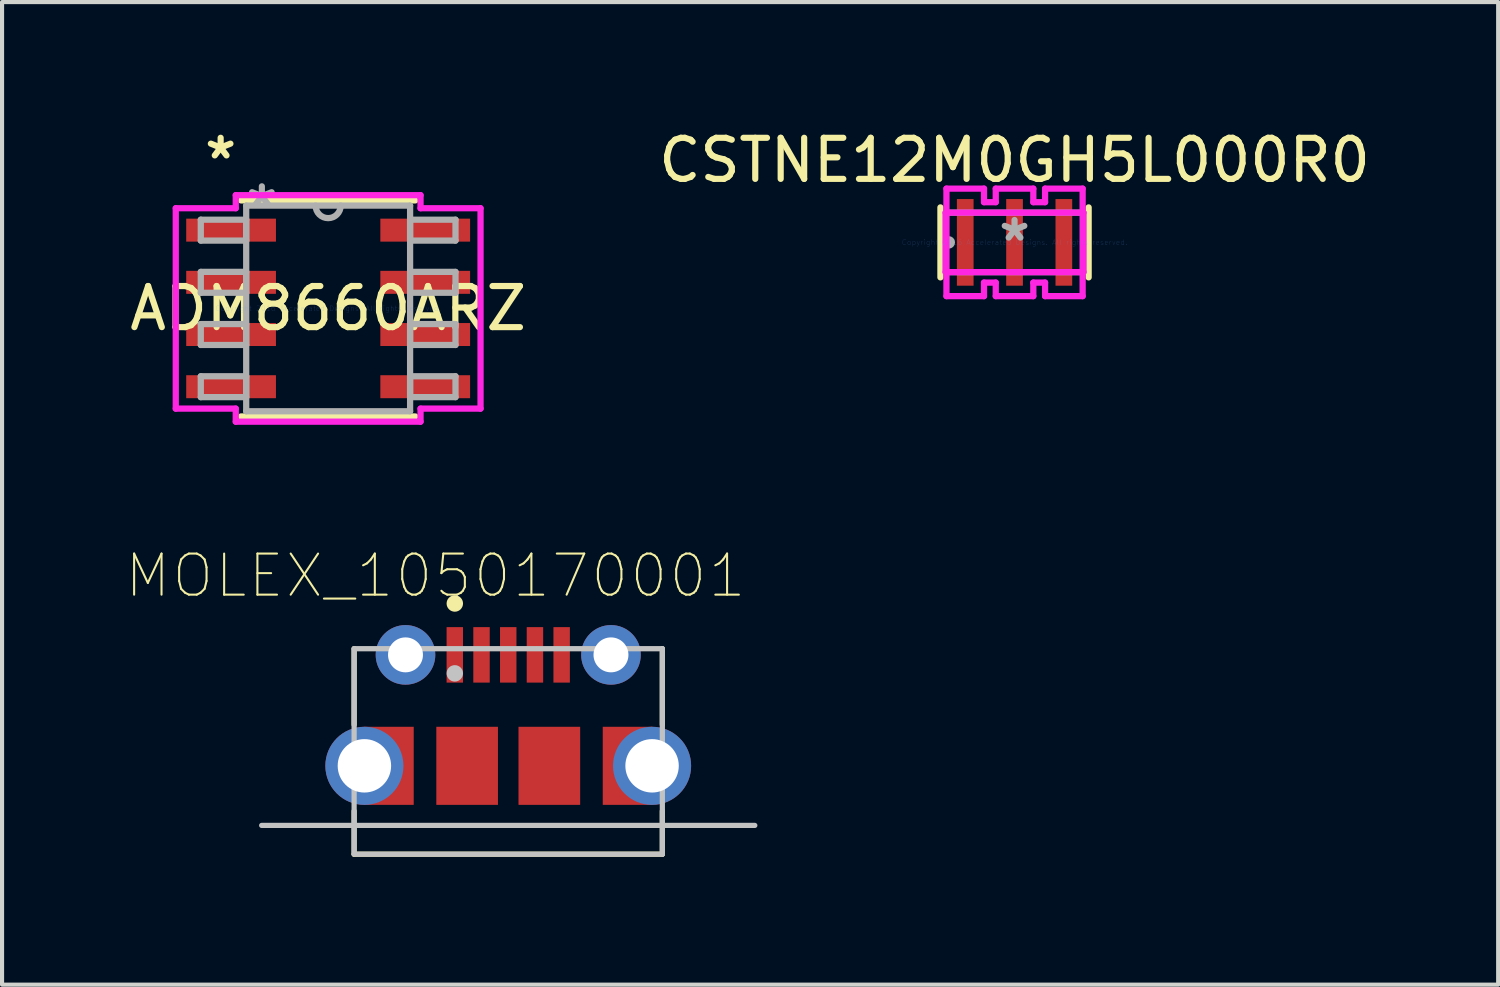
<source format=kicad_pcb>
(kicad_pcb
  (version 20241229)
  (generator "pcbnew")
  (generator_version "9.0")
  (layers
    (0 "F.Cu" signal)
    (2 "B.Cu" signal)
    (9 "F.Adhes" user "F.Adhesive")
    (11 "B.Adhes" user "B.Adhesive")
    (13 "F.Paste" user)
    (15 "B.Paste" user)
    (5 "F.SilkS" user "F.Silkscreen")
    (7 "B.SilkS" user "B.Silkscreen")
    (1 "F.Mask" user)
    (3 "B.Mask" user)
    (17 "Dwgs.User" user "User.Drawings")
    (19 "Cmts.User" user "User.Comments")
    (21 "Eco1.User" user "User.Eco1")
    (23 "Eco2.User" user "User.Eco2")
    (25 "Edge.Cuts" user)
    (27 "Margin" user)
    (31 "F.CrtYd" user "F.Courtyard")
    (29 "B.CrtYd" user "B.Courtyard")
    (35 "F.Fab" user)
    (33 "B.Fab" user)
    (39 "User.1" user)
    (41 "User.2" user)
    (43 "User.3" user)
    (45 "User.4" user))
  (footprint "ADM8660ARZ"
    (layer "F.Cu")
    (at 4.935 4.455)
    (property "Reference" "ADM8660ARZ" (at 0 0 0) (layer "F.SilkS") (effects (font (size 1 1) (thickness 0.15))))
    (attr through_hole)
    (fp_line (start -2.121 2.629) (end 2.121 2.629) (stroke (width 0.152) (type solid)) (layer "F.SilkS"))
    (fp_line (start 2.121 -2.629) (end -2.121 -2.629) (stroke (width 0.152) (type solid)) (layer "F.SilkS"))
    (fp_line (start -3.708 -2.438) (end -2.248 -2.438) (stroke (width 0.152) (type solid)) (layer "F.CrtYd"))
    (fp_line (start -3.708 2.438) (end -3.708 -2.438) (stroke (width 0.152) (type solid)) (layer "F.CrtYd"))
    (fp_line (start -2.248 -2.756) (end 2.248 -2.756) (stroke (width 0.152) (type solid)) (layer "F.CrtYd"))
    (fp_line (start -2.248 -2.438) (end -2.248 -2.756) (stroke (width 0.152) (type solid)) (layer "F.CrtYd"))
    (fp_line (start -2.248 2.438) (end -3.708 2.438) (stroke (width 0.152) (type solid)) (layer "F.CrtYd"))
    (fp_line (start -2.248 2.756) (end -2.248 2.438) (stroke (width 0.152) (type solid)) (layer "F.CrtYd"))
    (fp_line (start 2.248 -2.756) (end 2.248 -2.438) (stroke (width 0.152) (type solid)) (layer "F.CrtYd"))
    (fp_line (start 2.248 -2.438) (end 3.708 -2.438) (stroke (width 0.152) (type solid)) (layer "F.CrtYd"))
    (fp_line (start 2.248 2.438) (end 2.248 2.756) (stroke (width 0.152) (type solid)) (layer "F.CrtYd"))
    (fp_line (start 2.248 2.756) (end -2.248 2.756) (stroke (width 0.152) (type solid)) (layer "F.CrtYd"))
    (fp_line (start 3.708 -2.438) (end 3.708 2.438) (stroke (width 0.152) (type solid)) (layer "F.CrtYd"))
    (fp_line (start 3.708 2.438) (end 2.248 2.438) (stroke (width 0.152) (type solid)) (layer "F.CrtYd"))
    (fp_line (start -3.099 -2.159) (end -3.099 -1.651) (stroke (width 0.152) (type solid)) (layer "F.Fab"))
    (fp_line (start -3.099 -1.651) (end -1.994 -1.651) (stroke (width 0.152) (type solid)) (layer "F.Fab"))
    (fp_line (start -3.099 -0.889) (end -3.099 -0.381) (stroke (width 0.152) (type solid)) (layer "F.Fab"))
    (fp_line (start -3.099 -0.381) (end -1.994 -0.381) (stroke (width 0.152) (type solid)) (layer "F.Fab"))
    (fp_line (start -3.099 0.381) (end -3.099 0.889) (stroke (width 0.152) (type solid)) (layer "F.Fab"))
    (fp_line (start -3.099 0.889) (end -1.994 0.889) (stroke (width 0.152) (type solid)) (layer "F.Fab"))
    (fp_line (start -3.099 1.651) (end -3.099 2.159) (stroke (width 0.152) (type solid)) (layer "F.Fab"))
    (fp_line (start -3.099 2.159) (end -1.994 2.159) (stroke (width 0.152) (type solid)) (layer "F.Fab"))
    (fp_line (start -1.994 -2.502) (end -1.994 2.502) (stroke (width 0.152) (type solid)) (layer "F.Fab"))
    (fp_line (start -1.994 -2.159) (end -3.099 -2.159) (stroke (width 0.152) (type solid)) (layer "F.Fab"))
    (fp_line (start -1.994 -1.651) (end -1.994 -2.159) (stroke (width 0.152) (type solid)) (layer "F.Fab"))
    (fp_line (start -1.994 -0.889) (end -3.099 -0.889) (stroke (width 0.152) (type solid)) (layer "F.Fab"))
    (fp_line (start -1.994 -0.381) (end -1.994 -0.889) (stroke (width 0.152) (type solid)) (layer "F.Fab"))
    (fp_line (start -1.994 0.381) (end -3.099 0.381) (stroke (width 0.152) (type solid)) (layer "F.Fab"))
    (fp_line (start -1.994 0.889) (end -1.994 0.381) (stroke (width 0.152) (type solid)) (layer "F.Fab"))
    (fp_line (start -1.994 1.651) (end -3.099 1.651) (stroke (width 0.152) (type solid)) (layer "F.Fab"))
    (fp_line (start -1.994 2.159) (end -1.994 1.651) (stroke (width 0.152) (type solid)) (layer "F.Fab"))
    (fp_line (start -1.994 2.502) (end 1.994 2.502) (stroke (width 0.152) (type solid)) (layer "F.Fab"))
    (fp_line (start 1.994 -2.502) (end -1.994 -2.502) (stroke (width 0.152) (type solid)) (layer "F.Fab"))
    (fp_line (start 1.994 -2.159) (end 1.994 -1.651) (stroke (width 0.152) (type solid)) (layer "F.Fab"))
    (fp_line (start 1.994 -1.651) (end 3.099 -1.651) (stroke (width 0.152) (type solid)) (layer "F.Fab"))
    (fp_line (start 1.994 -0.889) (end 1.994 -0.381) (stroke (width 0.152) (type solid)) (layer "F.Fab"))
    (fp_line (start 1.994 -0.381) (end 3.099 -0.381) (stroke (width 0.152) (type solid)) (layer "F.Fab"))
    (fp_line (start 1.994 0.381) (end 1.994 0.889) (stroke (width 0.152) (type solid)) (layer "F.Fab"))
    (fp_line (start 1.994 0.889) (end 3.099 0.889) (stroke (width 0.152) (type solid)) (layer "F.Fab"))
    (fp_line (start 1.994 1.651) (end 1.994 2.159) (stroke (width 0.152) (type solid)) (layer "F.Fab"))
    (fp_line (start 1.994 2.159) (end 3.099 2.159) (stroke (width 0.152) (type solid)) (layer "F.Fab"))
    (fp_line (start 1.994 2.502) (end 1.994 -2.502) (stroke (width 0.152) (type solid)) (layer "F.Fab"))
    (fp_line (start 3.099 -2.159) (end 1.994 -2.159) (stroke (width 0.152) (type solid)) (layer "F.Fab"))
    (fp_line (start 3.099 -1.651) (end 3.099 -2.159) (stroke (width 0.152) (type solid)) (layer "F.Fab"))
    (fp_line (start 3.099 -0.889) (end 1.994 -0.889) (stroke (width 0.152) (type solid)) (layer "F.Fab"))
    (fp_line (start 3.099 -0.381) (end 3.099 -0.889) (stroke (width 0.152) (type solid)) (layer "F.Fab"))
    (fp_line (start 3.099 0.381) (end 1.994 0.381) (stroke (width 0.152) (type solid)) (layer "F.Fab"))
    (fp_line (start 3.099 0.889) (end 3.099 0.381) (stroke (width 0.152) (type solid)) (layer "F.Fab"))
    (fp_line (start 3.099 1.651) (end 1.994 1.651) (stroke (width 0.152) (type solid)) (layer "F.Fab"))
    (fp_line (start 3.099 2.159) (end 3.099 1.651) (stroke (width 0.152) (type solid)) (layer "F.Fab"))
    (fp_arc (start 0.3048 -2.5019) (mid 0 -2.1971) (end -0.3048 -2.5019) (stroke (width 0.1524) (type solid)) (layer "F.Fab"))
    (fp_text user "*" (at -2.616 -3.607 0) (layer "F.SilkS") (effects (font (size 1 1) (thickness 0.15))))
    (fp_text user "Copyright 2016 Accelerated Designs. All rights reserved." (at 0 0 0) (layer "Cmts.User") (effects (font (size 0.127 0.127) (thickness 0.002))))
    (fp_text user "*" (at -1.613 -2.426 0) (layer "F.Fab") (effects (font (size 1 1) (thickness 0.15))))
    (pad "1" smd rect (at -2.362 -1.905) (size 2.184 0.559) (layers "F.Cu" "F.Mask" "F.Paste"))
    (pad "2" smd rect (at -2.362 -0.635) (size 2.184 0.559) (layers "F.Cu" "F.Mask" "F.Paste"))
    (pad "3" smd rect (at -2.362 0.635) (size 2.184 0.559) (layers "F.Cu" "F.Mask" "F.Paste"))
    (pad "4" smd rect (at -2.362 1.905) (size 2.184 0.559) (layers "F.Cu" "F.Mask" "F.Paste"))
    (pad "5" smd rect (at 2.362 1.905) (size 2.184 0.559) (layers "F.Cu" "F.Mask" "F.Paste"))
    (pad "6" smd rect (at 2.362 0.635) (size 2.184 0.559) (layers "F.Cu" "F.Mask" "F.Paste"))
    (pad "7" smd rect (at 2.362 -0.635) (size 2.184 0.559) (layers "F.Cu" "F.Mask" "F.Paste"))
    (pad "8" smd rect (at 2.362 -1.905) (size 2.184 0.559) (layers "F.Cu" "F.Mask" "F.Paste")))
  (footprint "MOLEX_1050170001"
    (layer "F.Cu")
    (at 9.317 15.235)
    (property "Reference" "MOLEX_1050170001" (at -1.77 -4.275 0) (layer "F.SilkS") (effects (font (size 1 1) (thickness 0.05))))
    (attr smd)
    (fp_line (start -3.75 -0.65) (end -3.75 -2.5) (stroke (width 0.127) (type solid)) (layer "F.SilkS"))
    (fp_line (start -3.75 2.5) (end -3.75 1.45) (stroke (width 0.127) (type solid)) (layer "F.SilkS"))
    (fp_line (start 3.75 -2.5) (end 3.75 -0.65) (stroke (width 0.127) (type solid)) (layer "F.SilkS"))
    (fp_line (start 3.75 1.45) (end 3.75 2.5) (stroke (width 0.127) (type solid)) (layer "F.SilkS"))
    (fp_line (start 3.75 2.5) (end -3.75 2.5) (stroke (width 0.127) (type solid)) (layer "F.SilkS"))
    (fp_circle (center -1.3 -3.6) (end -1.2 -3.6) (stroke (width 0.2) (type solid)) (fill no) (layer "F.SilkS"))
    (fp_line (start -3.75 -2.5) (end 3.75 -2.5) (stroke (width 0.127) (type solid)) (layer "Dwgs.User"))
    (fp_line (start -3.75 1.8) (end -6 1.8) (stroke (width 0.127) (type solid)) (layer "Dwgs.User"))
    (fp_line (start -3.75 1.8) (end -3.75 -2.5) (stroke (width 0.127) (type solid)) (layer "Dwgs.User"))
    (fp_line (start -3.75 2.45) (end -3.75 1.8) (stroke (width 0.127) (type solid)) (layer "Dwgs.User"))
    (fp_line (start 3.75 -2.5) (end 3.75 1.8) (stroke (width 0.127) (type solid)) (layer "Dwgs.User"))
    (fp_line (start 3.75 1.8) (end -3.75 1.8) (stroke (width 0.127) (type solid)) (layer "Dwgs.User"))
    (fp_line (start 3.75 1.8) (end 6 1.8) (stroke (width 0.127) (type solid)) (layer "Dwgs.User"))
    (fp_line (start 3.75 2.5) (end -3.75 2.5) (stroke (width 0.127) (type solid)) (layer "Dwgs.User"))
    (fp_line (start 3.75 2.5) (end 3.75 1.8) (stroke (width 0.127) (type solid)) (layer "Dwgs.User"))
    (fp_circle (center -1.3 -1.9) (end -1.2 -1.9) (stroke (width 0.2) (type solid)) (fill no) (layer "Dwgs.User"))
    (fp_line (start -4.25 -3.35) (end -4.25 2.65) (stroke (width 0.05) (type solid)) (layer "Eco1.User"))
    (fp_line (start -4.25 2.65) (end 4.25 2.65) (stroke (width 0.05) (type solid)) (layer "Eco1.User"))
    (fp_line (start 4.25 -3.35) (end -4.25 -3.35) (stroke (width 0.05) (type solid)) (layer "Eco1.User"))
    (fp_line (start 4.25 2.65) (end 4.25 -3.35) (stroke (width 0.05) (type solid)) (layer "Eco1.User"))
    (fp_line (start -3.8 0.7) (end -3.8 0) (stroke (width 0.0001) (type solid)) (layer "Edge.Cuts"))
    (fp_line (start -3.2 0) (end -3.2 0.7) (stroke (width 0.0001) (type solid)) (layer "Edge.Cuts"))
    (fp_line (start 3.2 0.7) (end 3.2 0) (stroke (width 0.0001) (type solid)) (layer "Edge.Cuts"))
    (fp_line (start 3.8 0) (end 3.8 0.7) (stroke (width 0.0001) (type solid)) (layer "Edge.Cuts"))
    (fp_arc (start -3.8 0) (mid -3.712132 -0.212132) (end -3.5 -0.3) (stroke (width 0.0001) (type solid)) (layer "Edge.Cuts"))
    (fp_arc (start -3.5 -0.3) (mid -3.287868 -0.212132) (end -3.2 0) (stroke (width 0.0001) (type solid)) (layer "Edge.Cuts"))
    (fp_arc (start -3.5 1) (mid -3.712132 0.912132) (end -3.8 0.7) (stroke (width 0.0001) (type solid)) (layer "Edge.Cuts"))
    (fp_arc (start -3.2 0.7) (mid -3.287868 0.912132) (end -3.5 1) (stroke (width 0.0001) (type solid)) (layer "Edge.Cuts"))
    (fp_arc (start 3.2 0) (mid 3.287868 -0.212132) (end 3.5 -0.3) (stroke (width 0.0001) (type solid)) (layer "Edge.Cuts"))
    (fp_arc (start 3.5 -0.3) (mid 3.712132 -0.212132) (end 3.8 0) (stroke (width 0.0001) (type solid)) (layer "Edge.Cuts"))
    (fp_arc (start 3.5 1) (mid 3.287868 0.912132) (end 3.2 0.7) (stroke (width 0.0001) (type solid)) (layer "Edge.Cuts"))
    (fp_arc (start 3.8 0.7) (mid 3.712132 0.912132) (end 3.5 1) (stroke (width 0.0001) (type solid)) (layer "Edge.Cuts"))
    (fp_text user "PCB~{EDGE}" (at 4.808 1.803 0) (layer "Edge.Cuts") (effects (font (size 1 1) (thickness 0.05))))
    (pad "1" smd rect (at -1.3 -2.35 90) (size 1.35 0.4) (layers "F.Cu" "F.Mask" "F.Paste"))
    (pad "2" smd rect (at -0.65 -2.35 90) (size 1.35 0.4) (layers "F.Cu" "F.Mask" "F.Paste"))
    (pad "3" smd rect (at 0 -2.35 90) (size 1.35 0.4) (layers "F.Cu" "F.Mask" "F.Paste"))
    (pad "4" smd rect (at 0.65 -2.35 90) (size 1.35 0.4) (layers "F.Cu" "F.Mask" "F.Paste"))
    (pad "5" smd rect (at 1.3 -2.35 90) (size 1.35 0.4) (layers "F.Cu" "F.Mask" "F.Paste"))
    (pad "SH1" thru_hole circle (at -2.5 -2.35) (size 1.45 1.45) (drill 0.85) (layers "*.Cu" "*.Mask"))
    (pad "SH2" thru_hole circle (at 2.5 -2.35) (size 1.45 1.45) (drill 0.85) (layers "*.Cu" "*.Mask"))
    (pad "SH3" thru_hole oval (at -3.5 0.35 90) (size 1.9 1.9) (drill 1.3) (layers "*.Cu" "*.Mask"))
    (pad "SH4" smd rect (at -2.9 0.35 90) (size 1.9 1.2) (layers "F.Cu" "F.Mask" "F.Paste"))
    (pad "SH5" smd rect (at -1 0.35 90) (size 1.9 1.5) (layers "F.Cu" "F.Mask" "F.Paste"))
    (pad "SH6" smd rect (at 1 0.35 90) (size 1.9 1.5) (layers "F.Cu" "F.Mask" "F.Paste"))
    (pad "SH7" smd rect (at 2.9 0.35 90) (size 1.9 1.2) (layers "F.Cu" "F.Mask" "F.Paste"))
    (pad "SH8" thru_hole oval (at 3.5 0.35 90) (size 1.9 1.9) (drill 1.3) (layers "*.Cu" "*.Mask")))
  (footprint "CSTNE12M0GH5L000R0"
    (layer "F.Cu")
    (at 21.637 2.848)
    (property "Reference" "CSTNE12M0GH5L000R0" (at 0 -2 0) (layer "F.SilkS") (effects (font (size 1 1) (thickness 0.15))))
    (attr through_hole)
    (fp_line (start -1.803 -0.851) (end -1.803 0.851) (stroke (width 0.152) (type solid)) (layer "F.SilkS"))
    (fp_line (start 1.803 0.851) (end 1.803 -0.851) (stroke (width 0.152) (type solid)) (layer "F.SilkS"))
    (fp_line (start -1.676 -0.724) (end 1.676 -0.724) (stroke (width 0.152) (type solid)) (layer "F.CrtYd"))
    (fp_line (start -1.676 0.724) (end -1.676 -0.724) (stroke (width 0.152) (type solid)) (layer "F.CrtYd"))
    (fp_line (start -1.657 -1.308) (end -0.743 -1.308) (stroke (width 0.152) (type solid)) (layer "F.CrtYd"))
    (fp_line (start -1.657 1.308) (end -1.657 -1.308) (stroke (width 0.152) (type solid)) (layer "F.CrtYd"))
    (fp_line (start -0.743 -1.308) (end -0.743 -0.978) (stroke (width 0.152) (type solid)) (layer "F.CrtYd"))
    (fp_line (start -0.743 -0.978) (end -0.457 -0.978) (stroke (width 0.152) (type solid)) (layer "F.CrtYd"))
    (fp_line (start -0.743 0.978) (end -0.743 1.308) (stroke (width 0.152) (type solid)) (layer "F.CrtYd"))
    (fp_line (start -0.743 1.308) (end -1.657 1.308) (stroke (width 0.152) (type solid)) (layer "F.CrtYd"))
    (fp_line (start -0.457 -1.308) (end 0.457 -1.308) (stroke (width 0.152) (type solid)) (layer "F.CrtYd"))
    (fp_line (start -0.457 -0.978) (end -0.457 -1.308) (stroke (width 0.152) (type solid)) (layer "F.CrtYd"))
    (fp_line (start -0.457 0.978) (end -0.743 0.978) (stroke (width 0.152) (type solid)) (layer "F.CrtYd"))
    (fp_line (start -0.457 1.308) (end -0.457 0.978) (stroke (width 0.152) (type solid)) (layer "F.CrtYd"))
    (fp_line (start 0.457 -1.308) (end 0.457 -0.978) (stroke (width 0.152) (type solid)) (layer "F.CrtYd"))
    (fp_line (start 0.457 -0.978) (end 0.743 -0.978) (stroke (width 0.152) (type solid)) (layer "F.CrtYd"))
    (fp_line (start 0.457 0.978) (end 0.457 1.308) (stroke (width 0.152) (type solid)) (layer "F.CrtYd"))
    (fp_line (start 0.457 1.308) (end -0.457 1.308) (stroke (width 0.152) (type solid)) (layer "F.CrtYd"))
    (fp_line (start 0.743 -1.308) (end 1.657 -1.308) (stroke (width 0.152) (type solid)) (layer "F.CrtYd"))
    (fp_line (start 0.743 -0.978) (end 0.743 -1.308) (stroke (width 0.152) (type solid)) (layer "F.CrtYd"))
    (fp_line (start 0.743 0.978) (end 0.457 0.978) (stroke (width 0.152) (type solid)) (layer "F.CrtYd"))
    (fp_line (start 0.743 1.308) (end 0.743 0.978) (stroke (width 0.152) (type solid)) (layer "F.CrtYd"))
    (fp_line (start 1.657 -1.308) (end 1.657 1.308) (stroke (width 0.152) (type solid)) (layer "F.CrtYd"))
    (fp_line (start 1.657 1.308) (end 0.743 1.308) (stroke (width 0.152) (type solid)) (layer "F.CrtYd"))
    (fp_line (start 1.676 -0.724) (end 1.676 0.724) (stroke (width 0.152) (type solid)) (layer "F.CrtYd"))
    (fp_line (start 1.676 0.724) (end -1.676 0.724) (stroke (width 0.152) (type solid)) (layer "F.CrtYd"))
    (fp_line (start -1.676 -0.724) (end -1.676 0.724) (stroke (width 0.152) (type solid)) (layer "F.Fab"))
    (fp_line (start -1.676 0.724) (end 1.676 0.724) (stroke (width 0.152) (type solid)) (layer "F.Fab"))
    (fp_line (start 1.676 -0.724) (end -1.676 -0.724) (stroke (width 0.152) (type solid)) (layer "F.Fab"))
    (fp_line (start 1.676 0.724) (end 1.676 -0.724) (stroke (width 0.152) (type solid)) (layer "F.Fab"))
    (fp_circle (center -1.6 0) (end -1.524 0) (stroke (width 0.152) (type solid)) (fill no) (layer "F.Fab"))
    (fp_text user "Copyright 2016 Accelerated Designs. All rights reserved." (at 0 0 0) (layer "Cmts.User") (effects (font (size 0.127 0.127) (thickness 0.002))))
    (fp_text user "*" (at 0 0 0) (layer "F.Fab") (effects (font (size 1 1) (thickness 0.15))))
    (pad "1" smd rect (at -1.2 0) (size 0.406 2.108) (layers "F.Cu" "F.Mask" "F.Paste"))
    (pad "2" smd rect (at 0 0) (size 0.406 2.108) (layers "F.Cu" "F.Mask" "F.Paste"))
    (pad "3" smd rect (at 1.2 0) (size 0.406 2.108) (layers "F.Cu" "F.Mask" "F.Paste")))
  (gr_rect
    (start -3 -3)
    (end 33.405 20.91)
    (stroke (width 0.1) (type default))
    (fill no)
    (layer "Edge.Cuts")))
</source>
